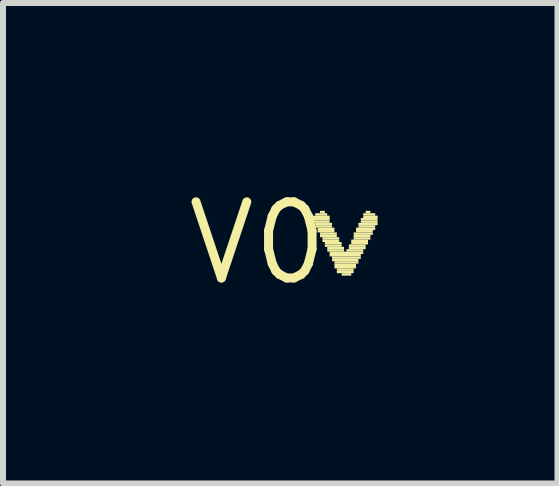
<source format=kicad_pcb>
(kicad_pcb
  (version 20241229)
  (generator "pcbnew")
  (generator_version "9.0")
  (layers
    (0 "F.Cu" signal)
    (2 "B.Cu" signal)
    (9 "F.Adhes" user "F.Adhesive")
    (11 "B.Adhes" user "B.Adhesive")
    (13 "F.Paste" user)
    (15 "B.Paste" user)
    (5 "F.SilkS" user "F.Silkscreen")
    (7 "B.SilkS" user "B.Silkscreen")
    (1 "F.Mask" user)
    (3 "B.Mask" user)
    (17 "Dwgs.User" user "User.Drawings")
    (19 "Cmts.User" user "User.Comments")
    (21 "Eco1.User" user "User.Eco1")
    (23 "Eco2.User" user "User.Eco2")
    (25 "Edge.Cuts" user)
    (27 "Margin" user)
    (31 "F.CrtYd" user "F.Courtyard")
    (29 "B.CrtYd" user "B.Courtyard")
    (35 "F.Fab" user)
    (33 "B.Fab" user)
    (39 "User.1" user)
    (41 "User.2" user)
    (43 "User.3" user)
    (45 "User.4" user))
  (footprint "V0"
    (layer "F.Cu")
    (at 1.247 1.006)
    (property "Reference" "V0" (at 0 0 0) (layer "F.SilkS") (effects (font (size 1.27 1.27) (thickness 0.15))))
    (attr through_hole)
    (fp_poly (pts (xy 0.92 -0.42) (xy 1.2 -0.42) (xy 1.2 -0.46) (xy 0.92 -0.46)) (stroke (width 0) (type solid)) (fill yes) (layer "F.SilkS"))
    (fp_poly (pts (xy 0.92 -0.38) (xy 1.2 -0.38) (xy 1.2 -0.42) (xy 0.92 -0.42)) (stroke (width 0) (type solid)) (fill yes) (layer "F.SilkS"))
    (fp_poly (pts (xy 0.92 -0.34) (xy 1.2 -0.34) (xy 1.2 -0.38) (xy 0.92 -0.38)) (stroke (width 0) (type solid)) (fill yes) (layer "F.SilkS"))
    (fp_poly (pts (xy 0.96 -0.46) (xy 1.16 -0.46) (xy 1.16 -0.5) (xy 0.96 -0.5)) (stroke (width 0) (type solid)) (fill yes) (layer "F.SilkS"))
    (fp_poly (pts (xy 0.96 -0.3) (xy 1.24 -0.3) (xy 1.24 -0.34) (xy 0.96 -0.34)) (stroke (width 0) (type solid)) (fill yes) (layer "F.SilkS"))
    (fp_poly (pts (xy 0.96 -0.26) (xy 1.24 -0.26) (xy 1.24 -0.3) (xy 0.96 -0.3)) (stroke (width 0) (type solid)) (fill yes) (layer "F.SilkS"))
    (fp_poly (pts (xy 1 -0.22) (xy 1.28 -0.22) (xy 1.28 -0.26) (xy 1 -0.26)) (stroke (width 0) (type solid)) (fill yes) (layer "F.SilkS"))
    (fp_poly (pts (xy 1 -0.18) (xy 1.28 -0.18) (xy 1.28 -0.22) (xy 1 -0.22)) (stroke (width 0) (type solid)) (fill yes) (layer "F.SilkS"))
    (fp_poly (pts (xy 1.04 -0.5) (xy 1.12 -0.5) (xy 1.12 -0.54) (xy 1.04 -0.54)) (stroke (width 0) (type solid)) (fill yes) (layer "F.SilkS"))
    (fp_poly (pts (xy 1.04 -0.14) (xy 1.32 -0.14) (xy 1.32 -0.18) (xy 1.04 -0.18)) (stroke (width 0) (type solid)) (fill yes) (layer "F.SilkS"))
    (fp_poly (pts (xy 1.04 -0.1) (xy 1.32 -0.1) (xy 1.32 -0.14) (xy 1.04 -0.14)) (stroke (width 0) (type solid)) (fill yes) (layer "F.SilkS"))
    (fp_poly (pts (xy 1.08 -0.06) (xy 1.36 -0.06) (xy 1.36 -0.1) (xy 1.08 -0.1)) (stroke (width 0) (type solid)) (fill yes) (layer "F.SilkS"))
    (fp_poly (pts (xy 1.08 -0.02) (xy 1.36 -0.02) (xy 1.36 -0.06) (xy 1.08 -0.06)) (stroke (width 0) (type solid)) (fill yes) (layer "F.SilkS"))
    (fp_poly (pts (xy 1.12 0.02) (xy 1.4 0.02) (xy 1.4 -0.02) (xy 1.12 -0.02)) (stroke (width 0) (type solid)) (fill yes) (layer "F.SilkS"))
    (fp_poly (pts (xy 1.12 0.06) (xy 1.4 0.06) (xy 1.4 0.02) (xy 1.12 0.02)) (stroke (width 0) (type solid)) (fill yes) (layer "F.SilkS"))
    (fp_poly (pts (xy 1.16 0.1) (xy 1.44 0.1) (xy 1.44 0.06) (xy 1.16 0.06)) (stroke (width 0) (type solid)) (fill yes) (layer "F.SilkS"))
    (fp_poly (pts (xy 1.16 0.14) (xy 1.44 0.14) (xy 1.44 0.1) (xy 1.16 0.1)) (stroke (width 0) (type solid)) (fill yes) (layer "F.SilkS"))
    (fp_poly (pts (xy 1.2 0.18) (xy 1.76 0.18) (xy 1.76 0.14) (xy 1.2 0.14)) (stroke (width 0) (type solid)) (fill yes) (layer "F.SilkS"))
    (fp_poly (pts (xy 1.2 0.22) (xy 1.72 0.22) (xy 1.72 0.18) (xy 1.2 0.18)) (stroke (width 0) (type solid)) (fill yes) (layer "F.SilkS"))
    (fp_poly (pts (xy 1.24 0.26) (xy 1.72 0.26) (xy 1.72 0.22) (xy 1.24 0.22)) (stroke (width 0) (type solid)) (fill yes) (layer "F.SilkS"))
    (fp_poly (pts (xy 1.24 0.3) (xy 1.68 0.3) (xy 1.68 0.26) (xy 1.24 0.26)) (stroke (width 0) (type solid)) (fill yes) (layer "F.SilkS"))
    (fp_poly (pts (xy 1.28 0.34) (xy 1.68 0.34) (xy 1.68 0.3) (xy 1.28 0.3)) (stroke (width 0) (type solid)) (fill yes) (layer "F.SilkS"))
    (fp_poly (pts (xy 1.28 0.38) (xy 1.64 0.38) (xy 1.64 0.34) (xy 1.28 0.34)) (stroke (width 0) (type solid)) (fill yes) (layer "F.SilkS"))
    (fp_poly (pts (xy 1.28 0.42) (xy 1.64 0.42) (xy 1.64 0.38) (xy 1.28 0.38)) (stroke (width 0) (type solid)) (fill yes) (layer "F.SilkS"))
    (fp_poly (pts (xy 1.32 0.46) (xy 1.6 0.46) (xy 1.6 0.42) (xy 1.32 0.42)) (stroke (width 0) (type solid)) (fill yes) (layer "F.SilkS"))
    (fp_poly (pts (xy 1.32 0.5) (xy 1.6 0.5) (xy 1.6 0.46) (xy 1.32 0.46)) (stroke (width 0) (type solid)) (fill yes) (layer "F.SilkS"))
    (fp_poly (pts (xy 1.4 0.54) (xy 1.56 0.54) (xy 1.56 0.5) (xy 1.4 0.5)) (stroke (width 0) (type solid)) (fill yes) (layer "F.SilkS"))
    (fp_poly (pts (xy 1.48 0.14) (xy 1.76 0.14) (xy 1.76 0.1) (xy 1.48 0.1)) (stroke (width 0) (type solid)) (fill yes) (layer "F.SilkS"))
    (fp_poly (pts (xy 1.52 0.06) (xy 1.8 0.06) (xy 1.8 0.02) (xy 1.52 0.02)) (stroke (width 0) (type solid)) (fill yes) (layer "F.SilkS"))
    (fp_poly (pts (xy 1.52 0.1) (xy 1.8 0.1) (xy 1.8 0.06) (xy 1.52 0.06)) (stroke (width 0) (type solid)) (fill yes) (layer "F.SilkS"))
    (fp_poly (pts (xy 1.56 -0.02) (xy 1.84 -0.02) (xy 1.84 -0.06) (xy 1.56 -0.06)) (stroke (width 0) (type solid)) (fill yes) (layer "F.SilkS"))
    (fp_poly (pts (xy 1.56 0.02) (xy 1.84 0.02) (xy 1.84 -0.02) (xy 1.56 -0.02)) (stroke (width 0) (type solid)) (fill yes) (layer "F.SilkS"))
    (fp_poly (pts (xy 1.6 -0.14) (xy 1.92 -0.14) (xy 1.92 -0.18) (xy 1.6 -0.18)) (stroke (width 0) (type solid)) (fill yes) (layer "F.SilkS"))
    (fp_poly (pts (xy 1.6 -0.1) (xy 1.88 -0.1) (xy 1.88 -0.14) (xy 1.6 -0.14)) (stroke (width 0) (type solid)) (fill yes) (layer "F.SilkS"))
    (fp_poly (pts (xy 1.6 -0.06) (xy 1.88 -0.06) (xy 1.88 -0.1) (xy 1.6 -0.1)) (stroke (width 0) (type solid)) (fill yes) (layer "F.SilkS"))
    (fp_poly (pts (xy 1.64 -0.22) (xy 1.96 -0.22) (xy 1.96 -0.26) (xy 1.64 -0.26)) (stroke (width 0) (type solid)) (fill yes) (layer "F.SilkS"))
    (fp_poly (pts (xy 1.64 -0.18) (xy 1.92 -0.18) (xy 1.92 -0.22) (xy 1.64 -0.22)) (stroke (width 0) (type solid)) (fill yes) (layer "F.SilkS"))
    (fp_poly (pts (xy 1.68 -0.3) (xy 2 -0.3) (xy 2 -0.34) (xy 1.68 -0.34)) (stroke (width 0) (type solid)) (fill yes) (layer "F.SilkS"))
    (fp_poly (pts (xy 1.68 -0.26) (xy 1.96 -0.26) (xy 1.96 -0.3) (xy 1.68 -0.3)) (stroke (width 0) (type solid)) (fill yes) (layer "F.SilkS"))
    (fp_poly (pts (xy 1.72 -0.38) (xy 2 -0.38) (xy 2 -0.42) (xy 1.72 -0.42)) (stroke (width 0) (type solid)) (fill yes) (layer "F.SilkS"))
    (fp_poly (pts (xy 1.72 -0.34) (xy 2 -0.34) (xy 2 -0.38) (xy 1.72 -0.38)) (stroke (width 0) (type solid)) (fill yes) (layer "F.SilkS"))
    (fp_poly (pts (xy 1.76 -0.46) (xy 1.96 -0.46) (xy 1.96 -0.5) (xy 1.76 -0.5)) (stroke (width 0) (type solid)) (fill yes) (layer "F.SilkS"))
    (fp_poly (pts (xy 1.76 -0.42) (xy 2 -0.42) (xy 2 -0.46) (xy 1.76 -0.46)) (stroke (width 0) (type solid)) (fill yes) (layer "F.SilkS"))
    (fp_poly (pts (xy 1.8 -0.5) (xy 1.88 -0.5) (xy 1.88 -0.54) (xy 1.8 -0.54)) (stroke (width 0) (type solid)) (fill yes) (layer "F.SilkS")))
  (gr_rect
    (start -3 -3)
    (end 6.247 5.012)
    (stroke (width 0.1) (type default))
    (fill no)
    (layer "Edge.Cuts")))
</source>
